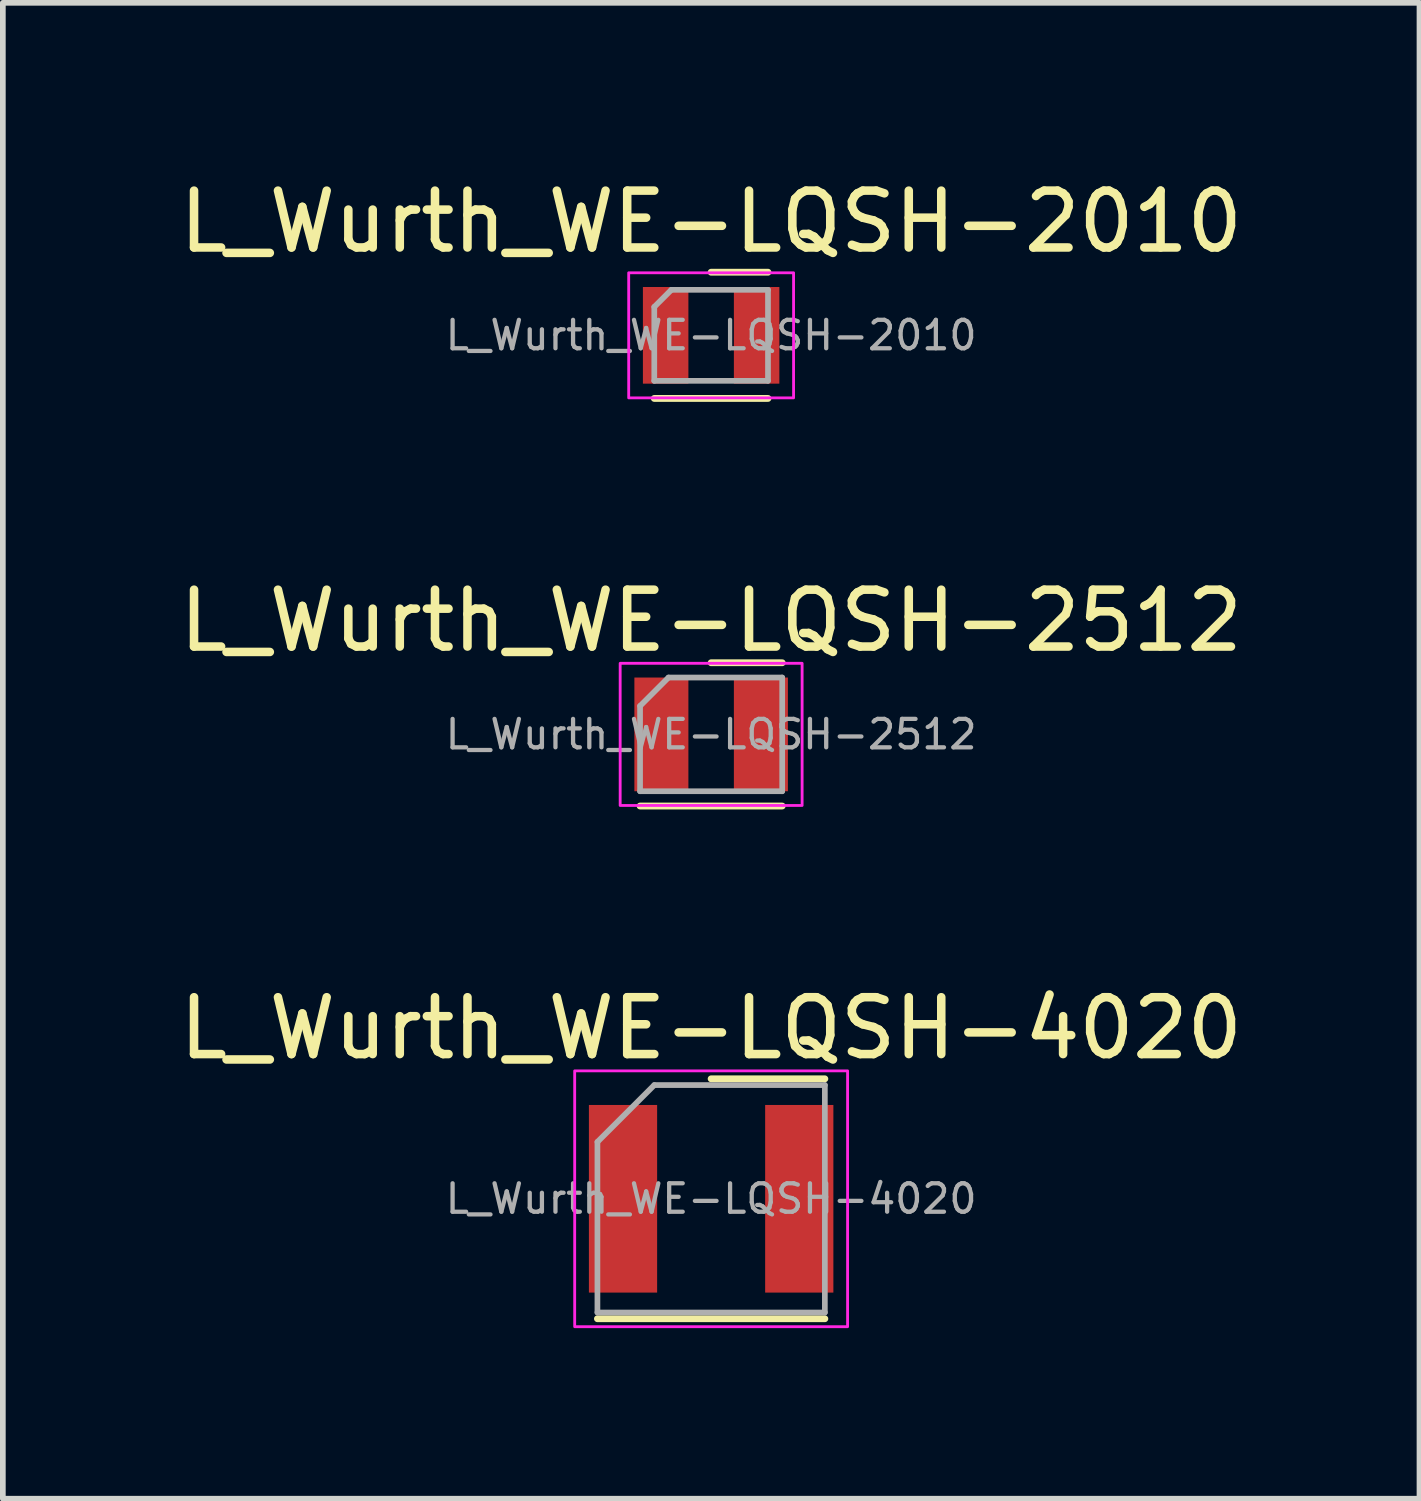
<source format=kicad_pcb>
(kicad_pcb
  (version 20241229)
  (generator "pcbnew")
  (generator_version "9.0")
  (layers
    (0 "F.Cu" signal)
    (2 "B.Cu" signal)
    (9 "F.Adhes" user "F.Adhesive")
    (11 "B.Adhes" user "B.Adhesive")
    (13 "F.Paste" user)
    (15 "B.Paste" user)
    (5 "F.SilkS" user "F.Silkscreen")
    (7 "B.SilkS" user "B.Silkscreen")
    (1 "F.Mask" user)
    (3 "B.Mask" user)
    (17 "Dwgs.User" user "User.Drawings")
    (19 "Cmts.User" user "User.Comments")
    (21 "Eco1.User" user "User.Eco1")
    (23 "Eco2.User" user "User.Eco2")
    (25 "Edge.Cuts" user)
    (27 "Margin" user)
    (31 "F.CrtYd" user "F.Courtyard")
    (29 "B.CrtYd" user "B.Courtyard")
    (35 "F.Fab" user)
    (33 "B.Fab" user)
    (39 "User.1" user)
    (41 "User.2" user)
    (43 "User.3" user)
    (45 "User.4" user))
  (footprint "L_Wurth_WE-LQSH-4020"
    (layer "F.Cu")
    (at 9.458 18.035)
    (property "Reference" "L_Wurth_WE-LQSH-4020" (at 0 -3 0) (unlocked yes) (layer "F.SilkS") (effects (font (size 1 1) (thickness 0.15))))
    (attr smd)
    (fp_line (start -2 2.11) (end 2 2.11) (stroke (width 0.12) (type solid)) (layer "F.SilkS"))
    (fp_line (start 0 -2.11) (end 2 -2.11) (stroke (width 0.12) (type solid)) (layer "F.SilkS"))
    (fp_rect (start -2.4 -2.25) (end 2.4 2.25) (stroke (width 0.05) (type solid)) (fill no) (layer "F.CrtYd"))
    (fp_line (start -2 -1) (end -2 2) (stroke (width 0.1) (type solid)) (layer "F.Fab"))
    (fp_line (start -2 2) (end 2 2) (stroke (width 0.1) (type solid)) (layer "F.Fab"))
    (fp_line (start -1 -2) (end -2 -1) (stroke (width 0.1) (type solid)) (layer "F.Fab"))
    (fp_line (start -1 -2) (end 2 -2) (stroke (width 0.1) (type solid)) (layer "F.Fab"))
    (fp_line (start 2 -2) (end 2 2) (stroke (width 0.1) (type solid)) (layer "F.Fab"))
    (fp_text user "${REFERENCE}" (at 0 0 0) (unlocked yes) (layer "F.Fab") (effects (font (size 0.5 0.5) (thickness 0.075))))
    (pad "1" smd rect (at -1.55 0) (size 1.2 3.3) (layers "F.Cu" "F.Mask" "F.Paste"))
    (pad "2" smd rect (at 1.55 0) (size 1.2 3.3) (layers "F.Cu" "F.Mask" "F.Paste")))
  (footprint "L_Wurth_WE-LQSH-2010"
    (layer "F.Cu")
    (at 9.458 2.848)
    (property "Reference" "L_Wurth_WE-LQSH-2010" (at 0 -2 0) (unlocked yes) (layer "F.SilkS") (effects (font (size 1 1) (thickness 0.15))))
    (attr smd)
    (fp_line (start -1 1.11) (end 1 1.11) (stroke (width 0.12) (type solid)) (layer "F.SilkS"))
    (fp_line (start 0 -1.11) (end 1 -1.11) (stroke (width 0.12) (type solid)) (layer "F.SilkS"))
    (fp_rect (start -1.45 -1.1) (end 1.45 1.1) (stroke (width 0.05) (type solid)) (fill no) (layer "F.CrtYd"))
    (fp_line (start -1 -0.5) (end -1 0.8) (stroke (width 0.1) (type solid)) (layer "F.Fab"))
    (fp_line (start -1 0.8) (end 1 0.8) (stroke (width 0.1) (type solid)) (layer "F.Fab"))
    (fp_line (start -0.7 -0.8) (end -1 -0.5) (stroke (width 0.1) (type solid)) (layer "F.Fab"))
    (fp_line (start -0.7 -0.8) (end 1 -0.8) (stroke (width 0.1) (type solid)) (layer "F.Fab"))
    (fp_line (start 1 -0.8) (end 1 0.8) (stroke (width 0.1) (type solid)) (layer "F.Fab"))
    (fp_text user "${REFERENCE}" (at 0 0 0) (unlocked yes) (layer "F.Fab") (effects (font (size 0.5 0.5) (thickness 0.075))))
    (pad "1" smd rect (at -0.8 0) (size 0.8 1.7) (layers "F.Cu" "F.Mask" "F.Paste"))
    (pad "2" smd rect (at 0.8 0) (size 0.8 1.7) (layers "F.Cu" "F.Mask" "F.Paste")))
  (footprint "L_Wurth_WE-LQSH-2512"
    (layer "F.Cu")
    (at 9.458 9.867)
    (property "Reference" "L_Wurth_WE-LQSH-2512" (at 0 -2 0) (unlocked yes) (layer "F.SilkS") (effects (font (size 1 1) (thickness 0.15))))
    (attr smd)
    (fp_line (start -1.25 1.26) (end 1.25 1.26) (stroke (width 0.12) (type solid)) (layer "F.SilkS"))
    (fp_line (start 0 -1.26) (end 1.25 -1.26) (stroke (width 0.12) (type solid)) (layer "F.SilkS"))
    (fp_rect (start -1.6 -1.25) (end 1.6 1.25) (stroke (width 0.05) (type solid)) (fill no) (layer "F.CrtYd"))
    (fp_line (start -1.25 -0.5) (end -1.25 1) (stroke (width 0.1) (type solid)) (layer "F.Fab"))
    (fp_line (start -1.25 1) (end 1.25 1) (stroke (width 0.1) (type solid)) (layer "F.Fab"))
    (fp_line (start -0.75 -1) (end -1.25 -0.5) (stroke (width 0.1) (type solid)) (layer "F.Fab"))
    (fp_line (start -0.75 -1) (end 1.25 -1) (stroke (width 0.1) (type solid)) (layer "F.Fab"))
    (fp_line (start 1.25 -1) (end 1.25 1) (stroke (width 0.1) (type solid)) (layer "F.Fab"))
    (fp_text user "${REFERENCE}" (at 0 0 0) (unlocked yes) (layer "F.Fab") (effects (font (size 0.5 0.5) (thickness 0.075))))
    (pad "1" smd rect (at -0.875 0) (size 0.95 2) (layers "F.Cu" "F.Mask" "F.Paste"))
    (pad "2" smd rect (at 0.875 0) (size 0.95 2) (layers "F.Cu" "F.Mask" "F.Paste")))
  (gr_rect
    (start -3 -3)
    (end 21.917 23.31)
    (stroke (width 0.1) (type default))
    (fill no)
    (layer "Edge.Cuts")))
</source>
